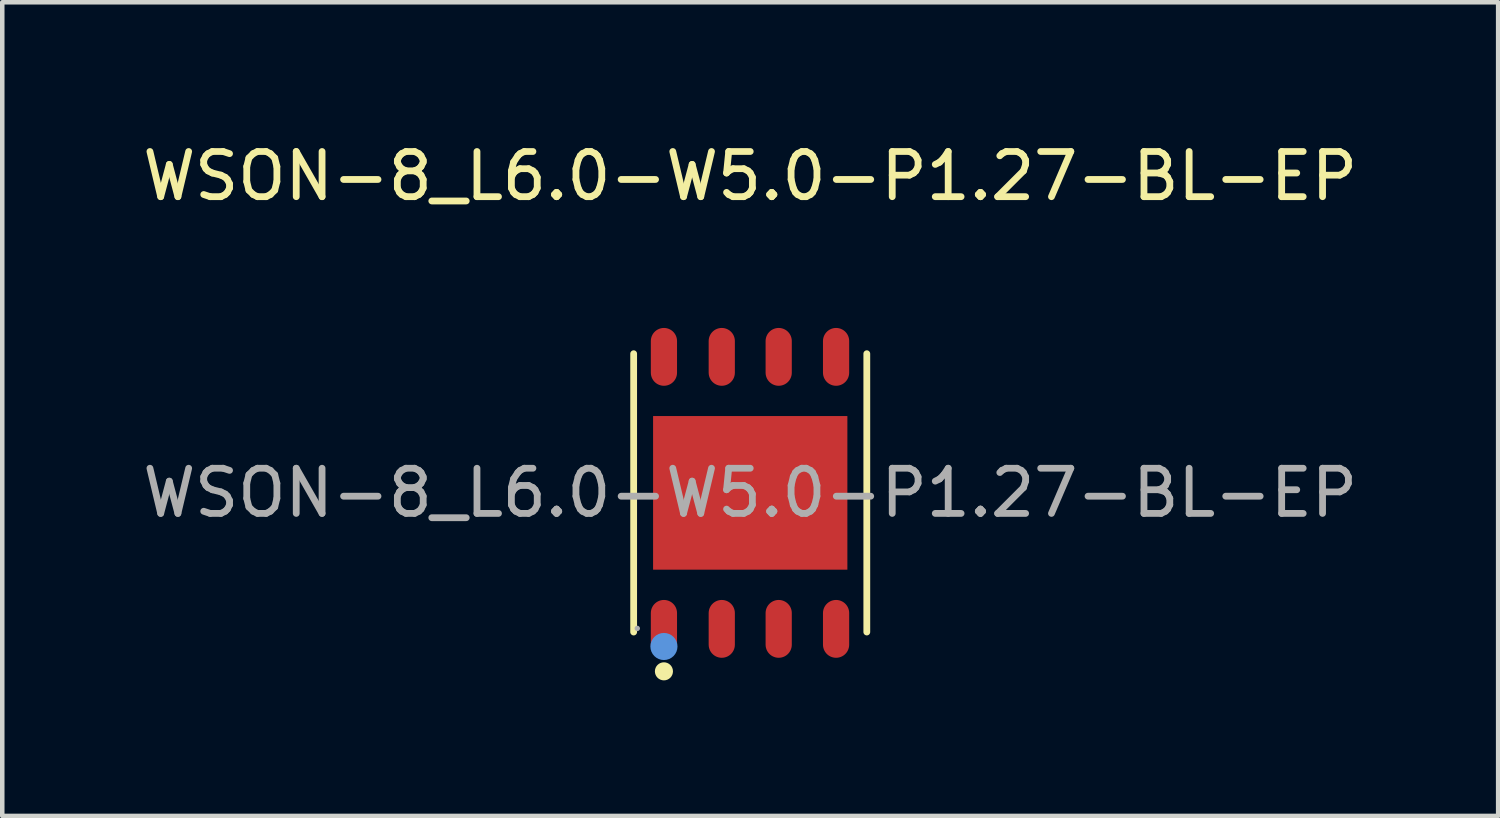
<source format=kicad_pcb>
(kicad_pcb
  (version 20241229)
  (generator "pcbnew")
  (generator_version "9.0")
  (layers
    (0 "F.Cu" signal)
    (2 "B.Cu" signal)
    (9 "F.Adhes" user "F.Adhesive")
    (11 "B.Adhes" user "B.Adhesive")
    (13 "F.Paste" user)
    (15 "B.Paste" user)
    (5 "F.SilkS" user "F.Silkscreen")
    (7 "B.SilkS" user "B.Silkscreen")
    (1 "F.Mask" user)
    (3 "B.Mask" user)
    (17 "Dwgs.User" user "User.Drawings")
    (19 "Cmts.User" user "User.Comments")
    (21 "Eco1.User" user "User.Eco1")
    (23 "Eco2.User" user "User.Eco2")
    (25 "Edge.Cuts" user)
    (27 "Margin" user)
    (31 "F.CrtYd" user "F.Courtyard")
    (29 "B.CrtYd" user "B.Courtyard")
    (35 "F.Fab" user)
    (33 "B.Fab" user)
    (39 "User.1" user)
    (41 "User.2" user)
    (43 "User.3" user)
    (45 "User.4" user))
  (footprint "WSON-8_L6.0-W5.0-P1.27-BL-EP"
    (layer "F.Cu")
    (at 13.554 7.858)
    (property "Reference" "WSON-8_L6.0-W5.0-P1.27-BL-EP" (at 0 -7.01 0) (layer "F.SilkS") (effects (font (size 1 1) (thickness 0.15))))
    (attr through_hole)
    (fp_line (start -2.58 3.08) (end -2.58 -3.08) (stroke (width 0.15) (type solid)) (layer "F.SilkS"))
    (fp_line (start 2.58 -3.08) (end 2.58 3.08) (stroke (width 0.15) (type solid)) (layer "F.SilkS"))
    (fp_circle (center -1.91 3.95) (end -1.81 3.95) (stroke (width 0.2) (type solid)) (fill no) (layer "F.SilkS"))
    (fp_circle (center -1.91 3.4) (end -1.76 3.4) (stroke (width 0.3) (type solid)) (fill no) (layer "Cmts.User"))
    (fp_circle (center -2.5 3) (end -2.47 3) (stroke (width 0.06) (type solid)) (fill no) (layer "F.Fab"))
    (fp_text user "${REFERENCE}" (at 0 0 0) (layer "F.Fab") (effects (font (size 1 1) (thickness 0.15))))
    (pad "1" smd oval (at -1.91 3.01) (size 0.58 1.28) (layers "F.Cu" "F.Mask" "F.Paste"))
    (pad "2" smd oval (at -0.63 3.01) (size 0.58 1.28) (layers "F.Cu" "F.Mask" "F.Paste"))
    (pad "3" smd oval (at 0.63 3.01) (size 0.58 1.28) (layers "F.Cu" "F.Mask" "F.Paste"))
    (pad "4" smd oval (at 1.9 3.01) (size 0.58 1.28) (layers "F.Cu" "F.Mask" "F.Paste"))
    (pad "5" smd oval (at 1.9 -3.01) (size 0.58 1.28) (layers "F.Cu" "F.Mask" "F.Paste"))
    (pad "6" smd oval (at 0.63 -3.01) (size 0.58 1.28) (layers "F.Cu" "F.Mask" "F.Paste"))
    (pad "7" smd oval (at -0.63 -3.01) (size 0.58 1.28) (layers "F.Cu" "F.Mask" "F.Paste"))
    (pad "8" smd oval (at -1.91 -3.01) (size 0.58 1.28) (layers "F.Cu" "F.Mask" "F.Paste"))
    (pad "9" smd rect (at 0 0) (size 4.3 3.4) (layers "F.Cu" "F.Mask" "F.Paste")))
  (gr_rect
    (start -3 -3)
    (end 30.107 15.008)
    (stroke (width 0.1) (type default))
    (fill no)
    (layer "Edge.Cuts")))
</source>
